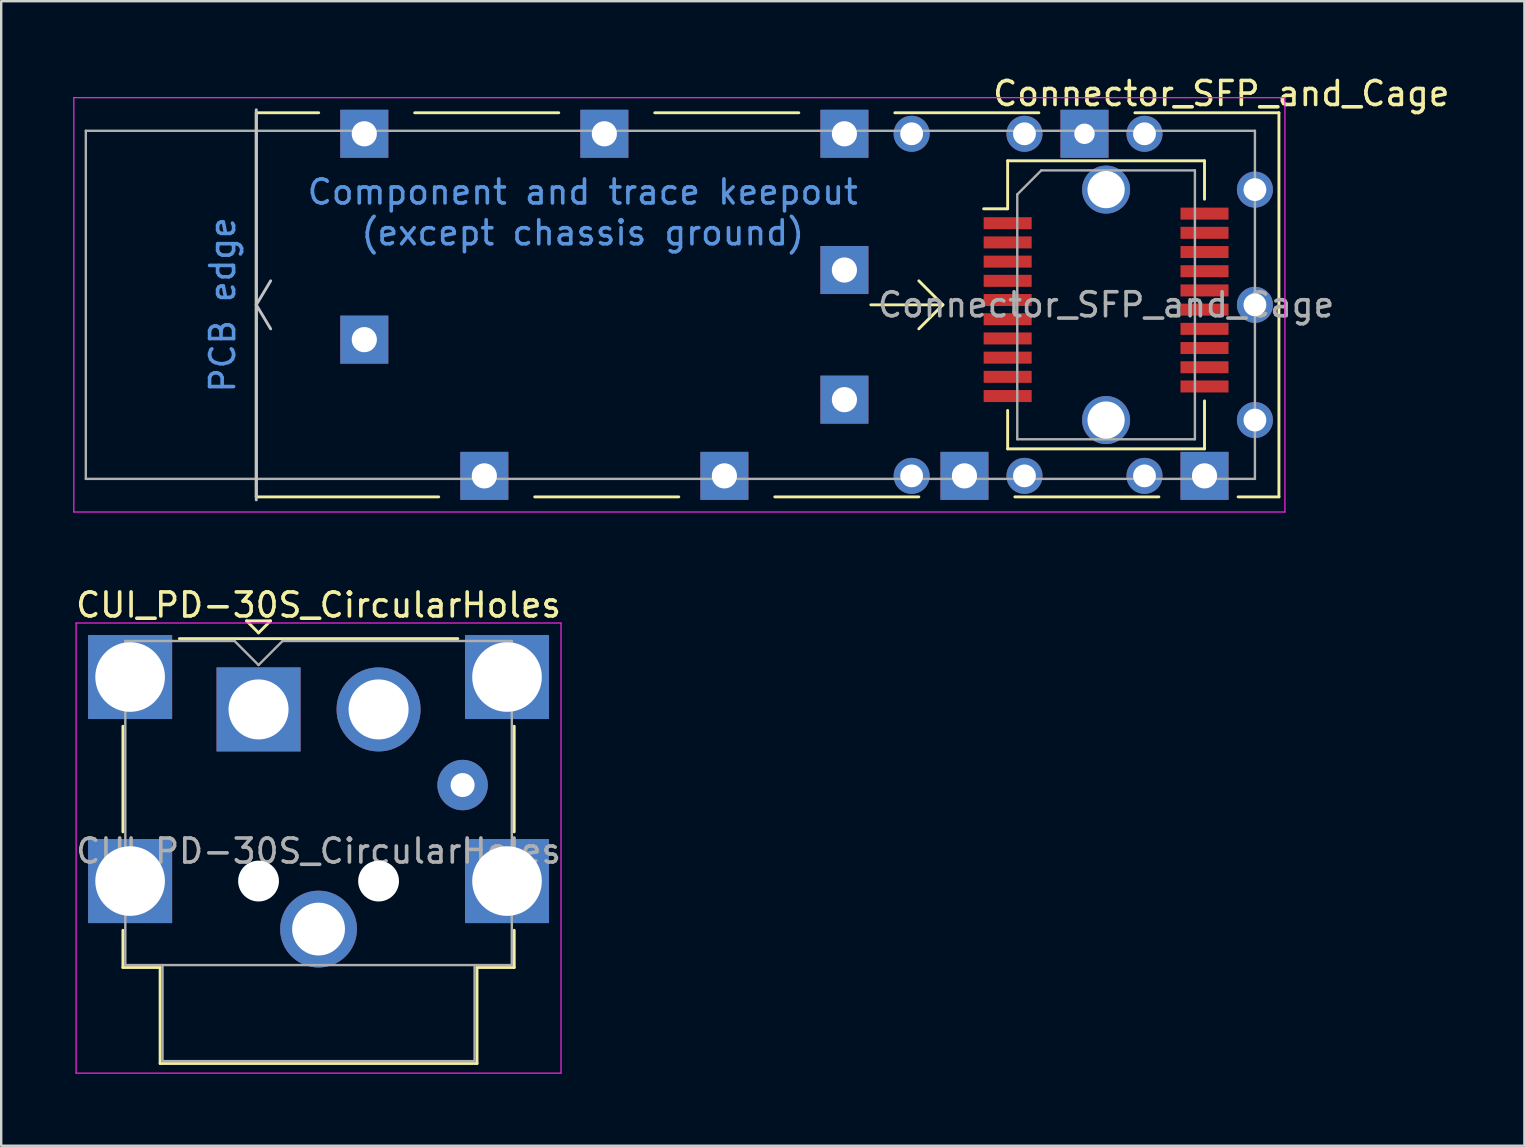
<source format=kicad_pcb>
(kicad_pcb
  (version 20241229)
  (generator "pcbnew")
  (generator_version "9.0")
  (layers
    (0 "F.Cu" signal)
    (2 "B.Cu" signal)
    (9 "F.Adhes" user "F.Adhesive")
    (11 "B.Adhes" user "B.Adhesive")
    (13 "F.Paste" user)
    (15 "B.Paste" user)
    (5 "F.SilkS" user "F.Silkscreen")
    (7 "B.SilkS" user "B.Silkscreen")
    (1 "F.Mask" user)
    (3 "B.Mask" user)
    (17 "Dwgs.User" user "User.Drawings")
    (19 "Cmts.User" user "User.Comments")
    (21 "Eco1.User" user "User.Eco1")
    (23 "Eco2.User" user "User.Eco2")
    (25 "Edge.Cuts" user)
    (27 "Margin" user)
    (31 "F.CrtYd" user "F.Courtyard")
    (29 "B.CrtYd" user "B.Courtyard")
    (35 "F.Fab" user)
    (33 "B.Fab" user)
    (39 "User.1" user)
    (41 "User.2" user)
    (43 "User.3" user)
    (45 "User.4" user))
  (footprint "CUI_PD-30S_CircularHoles"
    (layer "F.Cu")
    (at 7.72 26.502)
    (property "Reference" "CUI_PD-30S_CircularHoles" (at 2.5 -4.35 0) (layer "F.SilkS") (effects (font (size 1 1) (thickness 0.15))))
    (attr through_hole)
    (fp_line (start -5.65 5.1) (end -5.65 0.7) (stroke (width 0.12) (type solid)) (layer "F.SilkS"))
    (fp_line (start -5.65 10.75) (end -5.65 9.2) (stroke (width 0.12) (type solid)) (layer "F.SilkS"))
    (fp_line (start -4.1 10.75) (end -5.65 10.75) (stroke (width 0.12) (type solid)) (layer "F.SilkS"))
    (fp_line (start -4.1 14.75) (end -4.1 10.75) (stroke (width 0.12) (type solid)) (layer "F.SilkS"))
    (fp_line (start -3.3 -2.95) (end 8.3 -2.95) (stroke (width 0.12) (type solid)) (layer "F.SilkS"))
    (fp_line (start -0.5 -3.69) (end 0.5 -3.69) (stroke (width 0.12) (type solid)) (layer "F.SilkS"))
    (fp_line (start 0 -3.19) (end -0.5 -3.69) (stroke (width 0.12) (type solid)) (layer "F.SilkS"))
    (fp_line (start 0.5 -3.69) (end 0 -3.19) (stroke (width 0.12) (type solid)) (layer "F.SilkS"))
    (fp_line (start 9.1 10.75) (end 9.1 14.75) (stroke (width 0.12) (type solid)) (layer "F.SilkS"))
    (fp_line (start 9.1 14.75) (end -4.1 14.75) (stroke (width 0.12) (type solid)) (layer "F.SilkS"))
    (fp_line (start 10.65 0.7) (end 10.65 5.1) (stroke (width 0.12) (type solid)) (layer "F.SilkS"))
    (fp_line (start 10.65 9.2) (end 10.65 10.75) (stroke (width 0.12) (type solid)) (layer "F.SilkS"))
    (fp_line (start 10.65 10.75) (end 9.1 10.75) (stroke (width 0.12) (type solid)) (layer "F.SilkS"))
    (fp_line (start -7.6 -3.6) (end 12.6 -3.6) (stroke (width 0.05) (type solid)) (layer "F.CrtYd"))
    (fp_line (start -7.6 15.15) (end -7.6 -3.6) (stroke (width 0.05) (type solid)) (layer "F.CrtYd"))
    (fp_line (start 12.6 -3.6) (end 12.6 15.15) (stroke (width 0.05) (type solid)) (layer "F.CrtYd"))
    (fp_line (start 12.6 15.15) (end -7.6 15.15) (stroke (width 0.05) (type solid)) (layer "F.CrtYd"))
    (fp_line (start -5.55 -2.85) (end -1 -2.85) (stroke (width 0.1) (type solid)) (layer "F.Fab"))
    (fp_line (start -5.55 10.65) (end -5.55 -2.85) (stroke (width 0.1) (type solid)) (layer "F.Fab"))
    (fp_line (start -4 10.65) (end -5.55 10.65) (stroke (width 0.1) (type solid)) (layer "F.Fab"))
    (fp_line (start -4 10.65) (end 9 10.65) (stroke (width 0.1) (type solid)) (layer "F.Fab"))
    (fp_line (start -4 14.65) (end -4 10.65) (stroke (width 0.1) (type solid)) (layer "F.Fab"))
    (fp_line (start -1 -2.85) (end 0 -1.85) (stroke (width 0.1) (type solid)) (layer "F.Fab"))
    (fp_line (start 0 -1.85) (end 1 -2.85) (stroke (width 0.1) (type solid)) (layer "F.Fab"))
    (fp_line (start 1 -2.85) (end 10.55 -2.85) (stroke (width 0.1) (type solid)) (layer "F.Fab"))
    (fp_line (start 9 10.65) (end 9 14.65) (stroke (width 0.1) (type solid)) (layer "F.Fab"))
    (fp_line (start 9 14.65) (end -4 14.65) (stroke (width 0.1) (type solid)) (layer "F.Fab"))
    (fp_line (start 10.55 -2.85) (end 10.55 10.65) (stroke (width 0.1) (type solid)) (layer "F.Fab"))
    (fp_line (start 10.55 10.65) (end 9 10.65) (stroke (width 0.1) (type solid)) (layer "F.Fab"))
    (fp_text user "${REFERENCE}" (at 2.5 5.9 0) (layer "F.Fab") (effects (font (size 1 1) (thickness 0.15))))
    (pad "" np_thru_hole circle (at 0 7.15) (size 1.7 1.7) (drill 1.7) (layers "*.Cu" "*.Mask"))
    (pad "" np_thru_hole circle (at 5 7.15) (size 1.7 1.7) (drill 1.7) (layers "*.Cu" "*.Mask"))
    (pad "1" thru_hole rect (at 0 0) (size 3.5 3.5) (drill 2.5) (layers "*.Cu" "*.Mask"))
    (pad "2" thru_hole circle (at 5 0) (size 3.5 3.5) (drill 2.5) (layers "*.Cu" "*.Mask"))
    (pad "3" thru_hole circle (at 8.5 3.15) (size 2.1 2.1) (drill 1) (layers "*.Cu" "*.Mask"))
    (pad "4" thru_hole circle (at 2.5 9.15) (size 3.2 3.2) (drill 2.2) (layers "*.Cu" "*.Mask"))
    (pad "SH" thru_hole rect (at -5.35 -1.35) (size 3.5 3.5) (drill 2.9) (layers "*.Cu" "*.Mask"))
    (pad "SH" thru_hole rect (at -5.35 7.15) (size 3.5 3.5) (drill 2.9) (layers "*.Cu" "*.Mask"))
    (pad "SH" thru_hole rect (at 10.35 -1.35) (size 3.5 3.5) (drill 2.9) (layers "*.Cu" "*.Mask"))
    (pad "SH" thru_hole rect (at 10.35 7.15) (size 3.5 3.5) (drill 2.9) (layers "*.Cu" "*.Mask")))
  (footprint "Connector_SFP_and_Cage"
    (layer "F.Cu")
    (at 49.225 9.648)
    (property "Reference" "Connector_SFP_and_Cage" (at -1.4 -8.8 0) (layer "F.SilkS") (effects (font (size 1 1) (thickness 0.15))))
    (attr smd)
    (fp_line (start -41.6 8) (end -41.6 -8) (stroke (width 0.12) (type solid)) (layer "F.SilkS"))
    (fp_line (start -39 -8) (end -41.6 -8) (stroke (width 0.12) (type solid)) (layer "F.SilkS"))
    (fp_line (start -34 8) (end -41.6 8) (stroke (width 0.12) (type solid)) (layer "F.SilkS"))
    (fp_line (start -30 8) (end -24 8) (stroke (width 0.12) (type solid)) (layer "F.SilkS"))
    (fp_line (start -29 -8) (end -35 -8) (stroke (width 0.12) (type solid)) (layer "F.SilkS"))
    (fp_line (start -20 8) (end -14 8) (stroke (width 0.12) (type solid)) (layer "F.SilkS"))
    (fp_line (start -19 -8) (end -25 -8) (stroke (width 0.12) (type solid)) (layer "F.SilkS"))
    (fp_line (start -13 0) (end -16 0) (stroke (width 0.12) (type solid)) (layer "F.SilkS"))
    (fp_line (start -13 0) (end -14 -1) (stroke (width 0.12) (type solid)) (layer "F.SilkS"))
    (fp_line (start -13 0) (end -14 1) (stroke (width 0.12) (type solid)) (layer "F.SilkS"))
    (fp_line (start -10.3 -6) (end -10.3 -4) (stroke (width 0.12) (type solid)) (layer "F.SilkS"))
    (fp_line (start -10.3 -4) (end -11.3 -4) (stroke (width 0.12) (type solid)) (layer "F.SilkS"))
    (fp_line (start -10.3 4.4) (end -10.3 6) (stroke (width 0.12) (type solid)) (layer "F.SilkS"))
    (fp_line (start -10 8) (end -4 8) (stroke (width 0.12) (type solid)) (layer "F.SilkS"))
    (fp_line (start -9 -8) (end -15 -8) (stroke (width 0.12) (type solid)) (layer "F.SilkS"))
    (fp_line (start -2.1 -6) (end -10.3 -6) (stroke (width 0.12) (type solid)) (layer "F.SilkS"))
    (fp_line (start -2.1 -4.4) (end -2.1 -6) (stroke (width 0.12) (type solid)) (layer "F.SilkS"))
    (fp_line (start -2.1 4) (end -2.1 6) (stroke (width 0.12) (type solid)) (layer "F.SilkS"))
    (fp_line (start -2.1 6) (end -10.3 6) (stroke (width 0.12) (type solid)) (layer "F.SilkS"))
    (fp_line (start -0.7 8) (end 1 8) (stroke (width 0.12) (type solid)) (layer "F.SilkS"))
    (fp_line (start 1 -8) (end -5 -8) (stroke (width 0.12) (type solid)) (layer "F.SilkS"))
    (fp_line (start 1 8) (end 1 -8) (stroke (width 0.12) (type solid)) (layer "F.SilkS"))
    (fp_line (start -41.6 0) (end -41 -1) (stroke (width 0.12) (type solid)) (layer "Dwgs.User"))
    (fp_line (start -41.6 8.125) (end -41.6 -8.125) (stroke (width 0.12) (type solid)) (layer "Dwgs.User"))
    (fp_line (start -41 1) (end -41.6 0) (stroke (width 0.12) (type solid)) (layer "Dwgs.User"))
    (fp_line (start -49.2 -8.63) (end -49.2 8.63) (stroke (width 0.05) (type solid)) (layer "F.CrtYd"))
    (fp_line (start -49.2 -8.63) (end 1.25 -8.63) (stroke (width 0.05) (type solid)) (layer "F.CrtYd"))
    (fp_line (start 1.25 8.63) (end -49.2 8.63) (stroke (width 0.05) (type solid)) (layer "F.CrtYd"))
    (fp_line (start 1.25 8.63) (end 1.25 -8.63) (stroke (width 0.05) (type solid)) (layer "F.CrtYd"))
    (fp_line (start -48.7 -7.25) (end -48.7 7.25) (stroke (width 0.1) (type solid)) (layer "F.Fab"))
    (fp_line (start -9.9 -4.6) (end -9.9 5.6) (stroke (width 0.1) (type solid)) (layer "F.Fab"))
    (fp_line (start -9.9 -4.6) (end -8.9 -5.6) (stroke (width 0.1) (type solid)) (layer "F.Fab"))
    (fp_line (start -2.5 -5.6) (end -8.9 -5.6) (stroke (width 0.1) (type solid)) (layer "F.Fab"))
    (fp_line (start -2.5 -5.6) (end -2.5 5.6) (stroke (width 0.1) (type solid)) (layer "F.Fab"))
    (fp_line (start -2.5 5.6) (end -9.9 5.6) (stroke (width 0.1) (type solid)) (layer "F.Fab"))
    (fp_line (start 0 -7.25) (end -48.7 -7.25) (stroke (width 0.1) (type solid)) (layer "F.Fab"))
    (fp_line (start 0 -7.25) (end 0 7.25) (stroke (width 0.1) (type solid)) (layer "F.Fab"))
    (fp_line (start 0 7.25) (end -48.7 7.25) (stroke (width 0.1) (type solid)) (layer "F.Fab"))
    (fp_text user "Component and trace keepout" (at -28 -4.7 0) (layer "Cmts.User") (effects (font (size 1 1) (thickness 0.15))))
    (fp_text user "(except chassis ground)" (at -28 -3 0) (layer "Cmts.User") (effects (font (size 1 1) (thickness 0.15))))
    (fp_text user "PCB edge" (at -43 0 90) (layer "Cmts.User") (effects (font (size 1 1) (thickness 0.15))))
    (fp_text user "${REFERENCE}" (at -6.2 0 0) (layer "F.Fab") (effects (font (size 1 1) (thickness 0.15))))
    (pad "" np_thru_hole circle (at -6.2 -4.8) (size 2 2) (drill 1.55) (layers "*.Cu" "*.Mask"))
    (pad "" np_thru_hole circle (at -6.2 4.8) (size 2 2) (drill 1.55) (layers "*.Cu" "*.Mask"))
    (pad "1" smd rect (at -10.3 -3.4) (size 2 0.5) (layers "F.Cu" "F.Mask" "F.Paste"))
    (pad "2" smd rect (at -10.3 -2.6) (size 2 0.5) (layers "F.Cu" "F.Mask" "F.Paste"))
    (pad "3" smd rect (at -10.3 -1.8) (size 2 0.5) (layers "F.Cu" "F.Mask" "F.Paste"))
    (pad "4" smd rect (at -10.3 -1) (size 2 0.5) (layers "F.Cu" "F.Mask" "F.Paste"))
    (pad "5" smd rect (at -10.3 -0.2) (size 2 0.5) (layers "F.Cu" "F.Mask" "F.Paste"))
    (pad "6" smd rect (at -10.3 0.6) (size 2 0.5) (layers "F.Cu" "F.Mask" "F.Paste"))
    (pad "7" smd rect (at -10.3 1.4) (size 2 0.5) (layers "F.Cu" "F.Mask" "F.Paste"))
    (pad "8" smd rect (at -10.3 2.2) (size 2 0.5) (layers "F.Cu" "F.Mask" "F.Paste"))
    (pad "9" smd rect (at -10.3 3) (size 2 0.5) (layers "F.Cu" "F.Mask" "F.Paste"))
    (pad "10" smd rect (at -10.3 3.8) (size 2 0.5) (layers "F.Cu" "F.Mask" "F.Paste"))
    (pad "11" smd rect (at -2.1 3.4) (size 2 0.5) (layers "F.Cu" "F.Mask" "F.Paste"))
    (pad "12" smd rect (at -2.1 2.6) (size 2 0.5) (layers "F.Cu" "F.Mask" "F.Paste"))
    (pad "13" smd rect (at -2.1 1.8) (size 2 0.5) (layers "F.Cu" "F.Mask" "F.Paste"))
    (pad "14" smd rect (at -2.1 1) (size 2 0.5) (layers "F.Cu" "F.Mask" "F.Paste"))
    (pad "15" smd rect (at -2.1 0.2) (size 2 0.5) (layers "F.Cu" "F.Mask" "F.Paste"))
    (pad "16" smd rect (at -2.1 -0.6) (size 2 0.5) (layers "F.Cu" "F.Mask" "F.Paste"))
    (pad "17" smd rect (at -2.1 -1.4) (size 2 0.5) (layers "F.Cu" "F.Mask" "F.Paste"))
    (pad "18" smd rect (at -2.1 -2.2) (size 2 0.5) (layers "F.Cu" "F.Mask" "F.Paste"))
    (pad "19" smd rect (at -2.1 -3) (size 2 0.5) (layers "F.Cu" "F.Mask" "F.Paste"))
    (pad "20" smd rect (at -2.1 -3.8) (size 2 0.5) (layers "F.Cu" "F.Mask" "F.Paste"))
    (pad "CAGE" thru_hole rect (at -37.1 -7.125) (size 2 2) (drill 1.05) (layers "*.Cu" "*.Mask"))
    (pad "CAGE" thru_hole rect (at -37.1 1.45) (size 2 2) (drill 1.05) (layers "*.Cu" "*.Mask"))
    (pad "CAGE" thru_hole rect (at -32.1 7.125) (size 2 2) (drill 1.05) (layers "*.Cu" "*.Mask"))
    (pad "CAGE" thru_hole rect (at -27.1 -7.125) (size 2 2) (drill 1.05) (layers "*.Cu" "*.Mask"))
    (pad "CAGE" thru_hole rect (at -22.1 7.125) (size 2 2) (drill 1.05) (layers "*.Cu" "*.Mask"))
    (pad "CAGE" thru_hole rect (at -17.1 -7.125) (size 2 2) (drill 1.05) (layers "*.Cu" "*.Mask"))
    (pad "CAGE" thru_hole rect (at -17.1 -1.45) (size 2 2) (drill 1.05) (layers "*.Cu" "*.Mask"))
    (pad "CAGE" thru_hole rect (at -17.1 3.95) (size 2 2) (drill 1.05) (layers "*.Cu" "*.Mask"))
    (pad "CAGE" thru_hole circle (at -14.3 -7.125) (size 1.5 1.5) (drill 0.95) (layers "*.Cu" "*.Mask"))
    (pad "CAGE" thru_hole circle (at -14.3 7.125) (size 1.5 1.5) (drill 0.95) (layers "*.Cu" "*.Mask"))
    (pad "CAGE" thru_hole rect (at -12.1 7.125) (size 2 2) (drill 1.05) (layers "*.Cu" "*.Mask"))
    (pad "CAGE" thru_hole circle (at -9.6 -7.125) (size 1.5 1.5) (drill 0.95) (layers "*.Cu" "*.Mask"))
    (pad "CAGE" thru_hole circle (at -9.6 7.125) (size 1.5 1.5) (drill 0.95) (layers "*.Cu" "*.Mask"))
    (pad "CAGE" thru_hole rect (at -7.1 -7.125) (size 2 2) (drill 0.85) (layers "*.Cu" "*.Mask"))
    (pad "CAGE" thru_hole circle (at -4.6 -7.125) (size 1.5 1.5) (drill 0.95) (layers "*.Cu" "*.Mask"))
    (pad "CAGE" thru_hole circle (at -4.6 7.125) (size 1.5 1.5) (drill 0.95) (layers "*.Cu" "*.Mask"))
    (pad "CAGE" thru_hole rect (at -2.1 7.125) (size 2 2) (drill 1.05) (layers "*.Cu" "*.Mask"))
    (pad "CAGE" thru_hole circle (at 0 -4.8) (size 1.5 1.5) (drill 0.95) (layers "*.Cu" "*.Mask"))
    (pad "CAGE" thru_hole circle (at 0 0) (size 1.5 1.5) (drill 0.95) (layers "*.Cu" "*.Mask"))
    (pad "CAGE" thru_hole circle (at 0 4.8) (size 1.5 1.5) (drill 0.95) (layers "*.Cu" "*.Mask"))
    (zone (net_name "") (layer "F.Cu") (hatch full 0.508) (connect_pads) (min_thickness 0.254) (filled_areas_thickness no) (keepout (tracks not_allowed) (vias allowed) (pads allowed) (copperpour allowed) (footprints not_allowed)) (placement (enabled no)) (fill) (polygon (pts (xy 49.925 6.048) (xy 48.925 6.048) (xy 48.925 3.548) (xy 34.425 3.548) (xy 34.425 15.748) (xy 48.925 15.748) (xy 48.925 12.748) (xy 49.925 12.748) (xy 49.925 17.773) (xy 7.625 17.773) (xy 7.625 1.523) (xy 49.925 1.523)))))
  (gr_rect
    (start -3 -3)
    (end 60.45 44.676)
    (stroke (width 0.1) (type default))
    (fill no)
    (layer "Edge.Cuts")))
</source>
